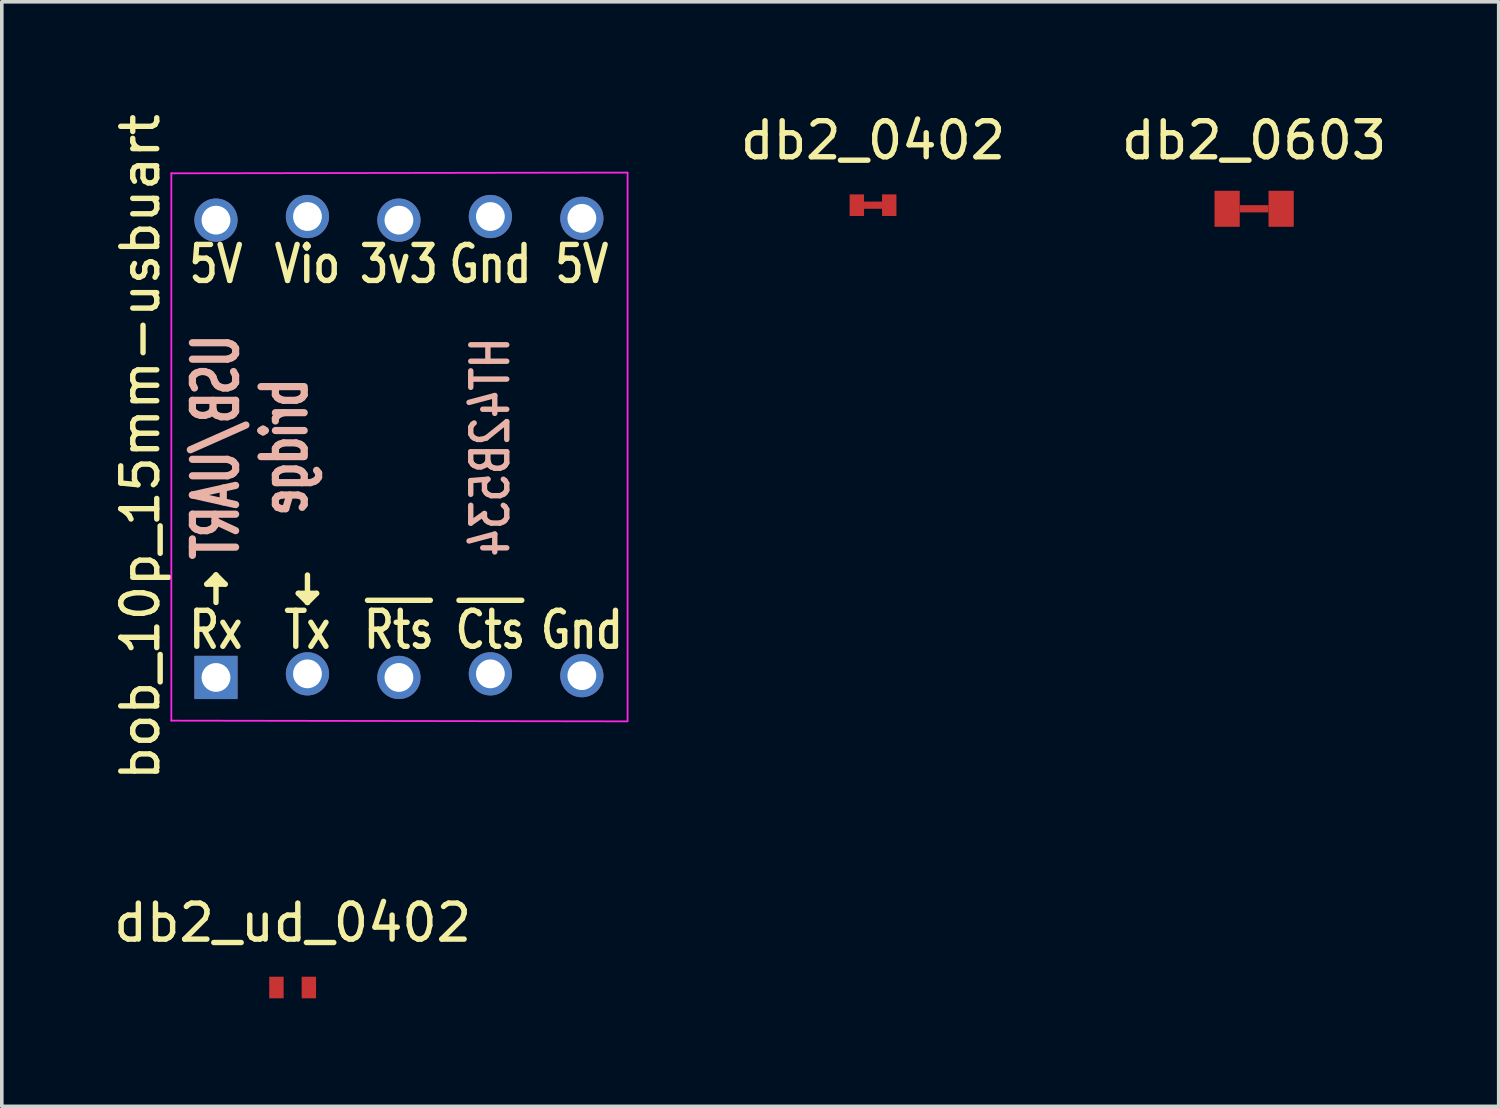
<source format=kicad_pcb>
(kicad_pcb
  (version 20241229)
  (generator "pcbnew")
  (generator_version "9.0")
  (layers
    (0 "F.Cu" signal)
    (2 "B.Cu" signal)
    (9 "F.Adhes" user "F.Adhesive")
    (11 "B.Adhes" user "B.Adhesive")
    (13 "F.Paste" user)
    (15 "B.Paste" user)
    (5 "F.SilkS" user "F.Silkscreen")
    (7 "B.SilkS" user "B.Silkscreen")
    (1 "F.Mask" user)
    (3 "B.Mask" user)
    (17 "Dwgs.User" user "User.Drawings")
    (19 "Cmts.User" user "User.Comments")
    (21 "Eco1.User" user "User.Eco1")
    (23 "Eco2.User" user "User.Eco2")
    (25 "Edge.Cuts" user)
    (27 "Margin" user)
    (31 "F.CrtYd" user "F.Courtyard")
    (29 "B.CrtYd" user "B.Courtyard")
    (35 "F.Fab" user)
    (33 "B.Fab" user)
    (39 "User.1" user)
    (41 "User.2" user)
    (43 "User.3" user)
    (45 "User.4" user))
  (footprint "db2_ud_0402"
    (layer "F.Cu")
    (at 5.077 24.374)
    (property "Reference" "db2_ud_0402" (at 0 -1.8 0) (layer "F.SilkS") (effects (font (size 1 1) (thickness 0.15))))
    (attr exclude_from_pos_files exclude_from_bom)
    (fp_poly (pts (xy 0.2 0.1) (xy -0.2 0.1) (xy -0.2 -0.1) (xy 0.2 -0.1)) (stroke (width 0.1) (type solid)) (fill yes) (layer "F.Mask"))
    (pad "1" smd rect (at -0.45 0) (size 0.4 0.6) (layers "F.Cu" "F.Mask"))
    (pad "2" smd rect (at 0.45 0) (size 0.4 0.6) (layers "F.Cu" "F.Mask")))
  (footprint "db2_0402"
    (layer "F.Cu")
    (at 21.195 2.648)
    (property "Reference" "db2_0402" (at 0 -1.8 0) (layer "F.SilkS") (effects (font (size 1 1) (thickness 0.15))))
    (attr smd)
    (pad "1" smd rect (at -0.45 0) (size 0.4 0.6) (layers "F.Cu" "F.Mask" "F.Paste"))
    (pad "1" smd rect (at 0 0) (size 0.5 0.2) (layers "F.Cu" "F.Mask" "F.Paste"))
    (pad "1" smd rect (at 0.45 0) (size 0.4 0.6) (layers "F.Cu" "F.Mask" "F.Paste")))
  (footprint "db2_0603"
    (layer "F.Cu")
    (at 31.778 2.748)
    (property "Reference" "db2_0603" (at 0 -1.9 0) (layer "F.SilkS") (effects (font (size 1 1) (thickness 0.15))))
    (attr smd)
    (pad "1" smd rect (at -0.75 0) (size 0.7 1) (layers "F.Cu" "F.Mask" "F.Paste"))
    (pad "1" smd rect (at 0 0) (size 0.8 0.2) (layers "F.Cu" "F.Mask" "F.Paste"))
    (pad "1" smd rect (at 0.75 0) (size 0.7 1) (layers "F.Cu" "F.Mask" "F.Paste")))
  (footprint "bob_10p_15mm-usbuart"
    (layer "F.Cu")
    (at 6.758 9.363)
    (property "Reference" "bob_10p_15mm-usbuart" (at -5.91 0 90) (layer "F.SilkS") (effects (font (size 1 1) (thickness 0.15))))
    (attr through_hole)
    (fp_line (start -4.064 3.81) (end -3.556 3.81) (stroke (width 0.15) (type solid)) (layer "F.SilkS"))
    (fp_line (start -3.81 3.556) (end -4.064 3.81) (stroke (width 0.15) (type solid)) (layer "F.SilkS"))
    (fp_line (start -3.81 4.318) (end -3.81 3.556) (stroke (width 0.15) (type solid)) (layer "F.SilkS"))
    (fp_line (start -3.556 3.81) (end -3.81 3.556) (stroke (width 0.15) (type solid)) (layer "F.SilkS"))
    (fp_line (start -1.524 4.064) (end -1.27 4.318) (stroke (width 0.15) (type solid)) (layer "F.SilkS"))
    (fp_line (start -1.27 3.556) (end -1.27 4.318) (stroke (width 0.15) (type solid)) (layer "F.SilkS"))
    (fp_line (start -1.27 4.318) (end -1.016 4.064) (stroke (width 0.15) (type solid)) (layer "F.SilkS"))
    (fp_line (start -1.016 4.064) (end -1.524 4.064) (stroke (width 0.15) (type solid)) (layer "F.SilkS"))
    (fp_line (start -5.05 -7.6) (end 7.62 -7.62) (stroke (width 0.05) (type solid)) (layer "F.CrtYd"))
    (fp_line (start -5.05 7.6) (end -5.05 -7.6) (stroke (width 0.05) (type solid)) (layer "F.CrtYd"))
    (fp_line (start 7.62 -7.6) (end 7.62 7.6) (stroke (width 0.05) (type solid)) (layer "F.CrtYd"))
    (fp_line (start 7.62 7.62) (end -5.05 7.6) (stroke (width 0.05) (type solid)) (layer "F.CrtYd"))
    (fp_text user "~{Rts}" (at 1.27 5.08 0) (layer "F.SilkS") (effects (font (size 1 0.8) (thickness 0.15))))
    (fp_text user "~{Cts}" (at 3.81 5.08 0) (layer "F.SilkS") (effects (font (size 1 0.8) (thickness 0.15))))
    (fp_text user "5V" (at 6.35 -5.08 0) (layer "F.SilkS") (effects (font (size 1 0.8) (thickness 0.15))))
    (fp_text user "Rx" (at -3.81 5.08 0) (layer "F.SilkS") (effects (font (size 1 0.8) (thickness 0.15))))
    (fp_text user "Gnd" (at 3.81 -5.08 0) (layer "F.SilkS") (effects (font (size 1 0.8) (thickness 0.15))))
    (fp_text user "Vio" (at -1.27 -5.08 0) (layer "F.SilkS") (effects (font (size 1 0.8) (thickness 0.15))))
    (fp_text user "5V" (at -3.81 -5.08 0) (layer "F.SilkS") (effects (font (size 1 0.8) (thickness 0.15))))
    (fp_text user "Tx" (at -1.27 5.08 0) (layer "F.SilkS") (effects (font (size 1 0.8) (thickness 0.15))))
    (fp_text user "3v3" (at 1.27 -5.08 0) (layer "F.SilkS") (effects (font (size 1 0.8) (thickness 0.15))))
    (fp_text user "Gnd" (at 6.35 5.08 0) (layer "F.SilkS") (effects (font (size 1 0.8) (thickness 0.15))))
    (fp_text user "bridge" (at -1.905 0 90) (layer "B.SilkS") (effects (font (size 1.2 0.8) (thickness 0.2)) (justify mirror)))
    (fp_text user "HT42B534" (at 3.81 0 90) (layer "B.SilkS") (effects (font (size 1 0.8) (thickness 0.15)) (justify mirror)))
    (fp_text user "USB/UART" (at -3.81 0 90) (layer "B.SilkS") (effects (font (size 1.2 0.8) (thickness 0.2)) (justify mirror)))
    (pad "1" thru_hole rect (at -3.81 6.4) (size 1.2 1.2) (drill 0.8) (layers "*.Cu" "*.Mask"))
    (pad "2" thru_hole circle (at -1.27 6.3) (size 1.2 1.2) (drill 0.8) (layers "*.Cu" "*.Mask"))
    (pad "3" thru_hole circle (at 1.27 6.4) (size 1.2 1.2) (drill 0.8) (layers "*.Cu" "*.Mask"))
    (pad "4" thru_hole circle (at 3.81 6.3) (size 1.2 1.2) (drill 0.8) (layers "*.Cu" "*.Mask"))
    (pad "5" thru_hole circle (at 6.35 6.35) (size 1.2 1.2) (drill 0.8) (layers "*.Cu" "*.Mask"))
    (pad "6" thru_hole circle (at 6.35 -6.35) (size 1.2 1.2) (drill 0.8) (layers "*.Cu" "*.Mask"))
    (pad "7" thru_hole circle (at 3.81 -6.4) (size 1.2 1.2) (drill 0.8) (layers "*.Cu" "*.Mask"))
    (pad "8" thru_hole circle (at 1.27 -6.3) (size 1.2 1.2) (drill 0.8) (layers "*.Cu" "*.Mask"))
    (pad "9" thru_hole circle (at -1.27 -6.4) (size 1.2 1.2) (drill 0.8) (layers "*.Cu" "*.Mask"))
    (pad "10" thru_hole circle (at -3.81 -6.3) (size 1.2 1.2) (drill 0.8) (layers "*.Cu" "*.Mask")))
  (gr_rect
    (start -3 -3)
    (end 38.57 27.674)
    (stroke (width 0.1) (type default))
    (fill no)
    (layer "Edge.Cuts")))
</source>
